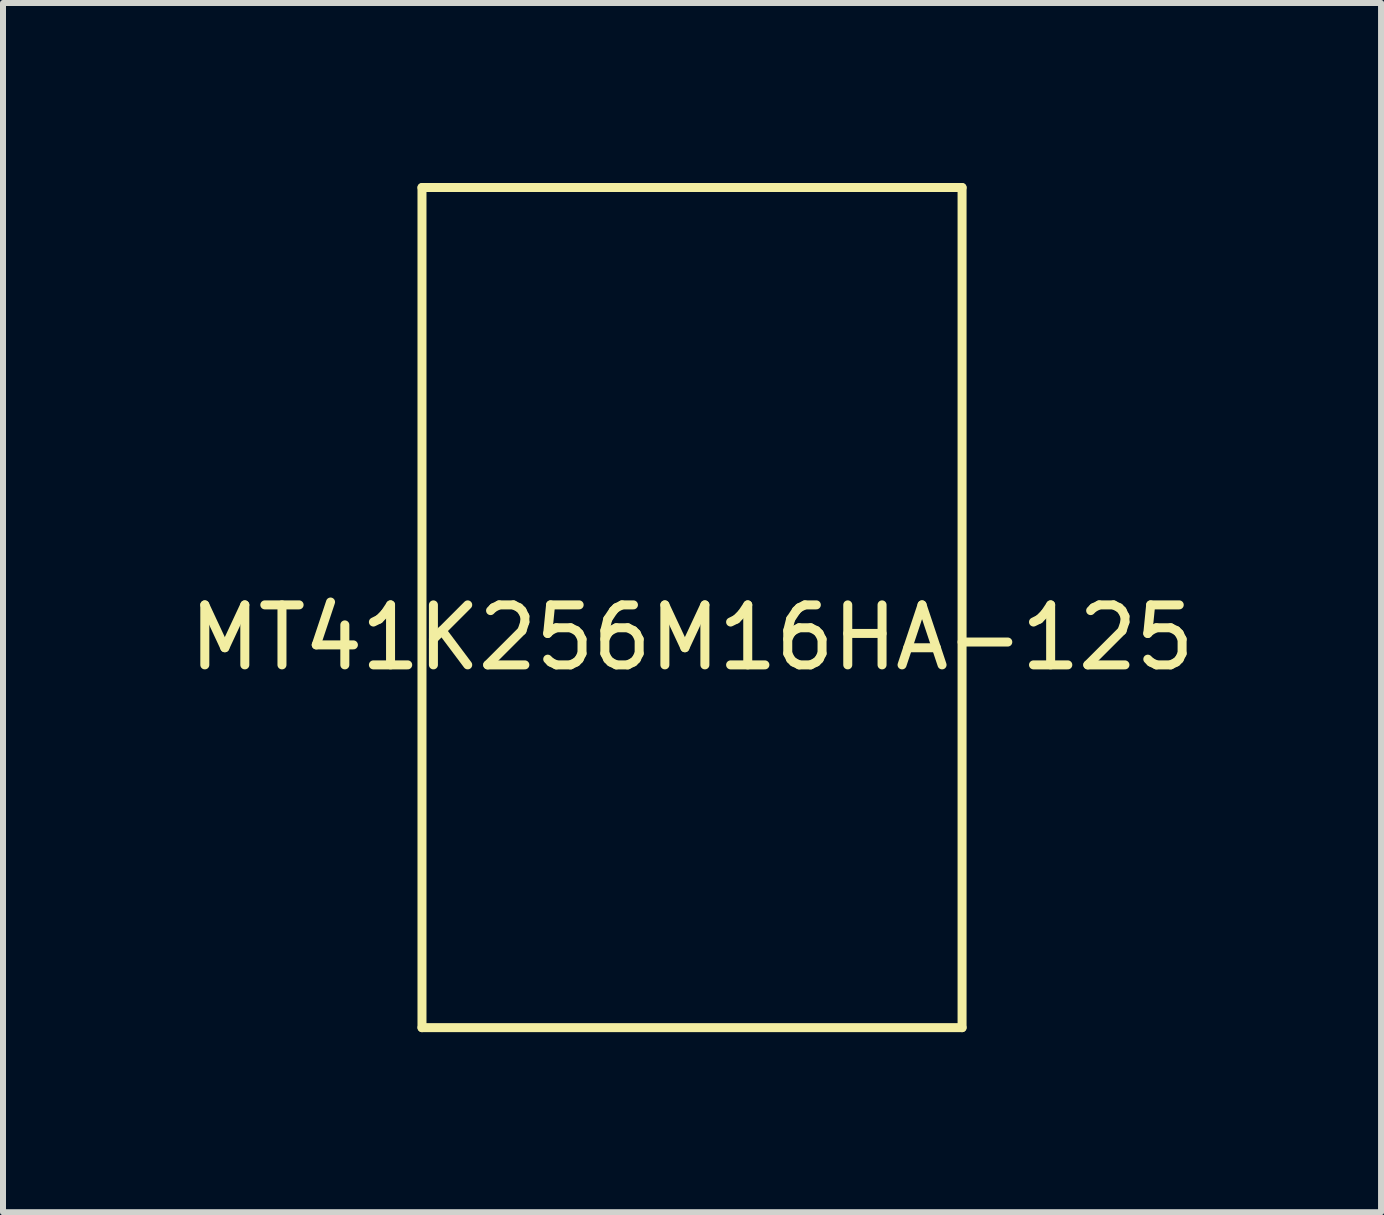
<source format=kicad_pcb>
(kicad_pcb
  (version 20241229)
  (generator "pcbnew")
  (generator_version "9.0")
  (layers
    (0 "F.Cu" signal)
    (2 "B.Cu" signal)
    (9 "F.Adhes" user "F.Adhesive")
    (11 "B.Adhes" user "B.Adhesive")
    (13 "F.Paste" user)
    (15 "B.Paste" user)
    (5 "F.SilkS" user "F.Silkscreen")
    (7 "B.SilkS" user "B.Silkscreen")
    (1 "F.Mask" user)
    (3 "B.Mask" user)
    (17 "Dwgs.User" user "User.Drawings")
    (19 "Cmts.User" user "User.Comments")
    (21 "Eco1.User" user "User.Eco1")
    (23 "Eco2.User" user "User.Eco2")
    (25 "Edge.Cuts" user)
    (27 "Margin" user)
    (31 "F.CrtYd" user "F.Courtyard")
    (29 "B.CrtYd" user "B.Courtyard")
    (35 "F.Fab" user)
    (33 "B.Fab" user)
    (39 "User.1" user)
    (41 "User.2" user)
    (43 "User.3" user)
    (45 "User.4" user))
  (footprint "MT41K256M16HA-125"
    (layer "F.Cu")
    (at 8.482 7.075)
    (property "Reference" "MT41K256M16HA-125" (at 0 0.5 0) (layer "F.SilkS") (effects (font (size 1 1) (thickness 0.15))))
    (attr through_hole)
    (fp_line (start -4.5 -7) (end -4.5 7) (stroke (width 0.15) (type solid)) (layer "F.SilkS"))
    (fp_line (start -4.5 7) (end 4.5 7) (stroke (width 0.15) (type solid)) (layer "F.SilkS"))
    (fp_line (start 4.5 -7) (end -4.5 -7) (stroke (width 0.15) (type solid)) (layer "F.SilkS"))
    (fp_line (start 4.5 7) (end 4.5 -7) (stroke (width 0.15) (type solid)) (layer "F.SilkS")))
  (gr_rect
    (start -3 -3)
    (end 19.964 17.15)
    (stroke (width 0.1) (type default))
    (fill no)
    (layer "Edge.Cuts")))
</source>
